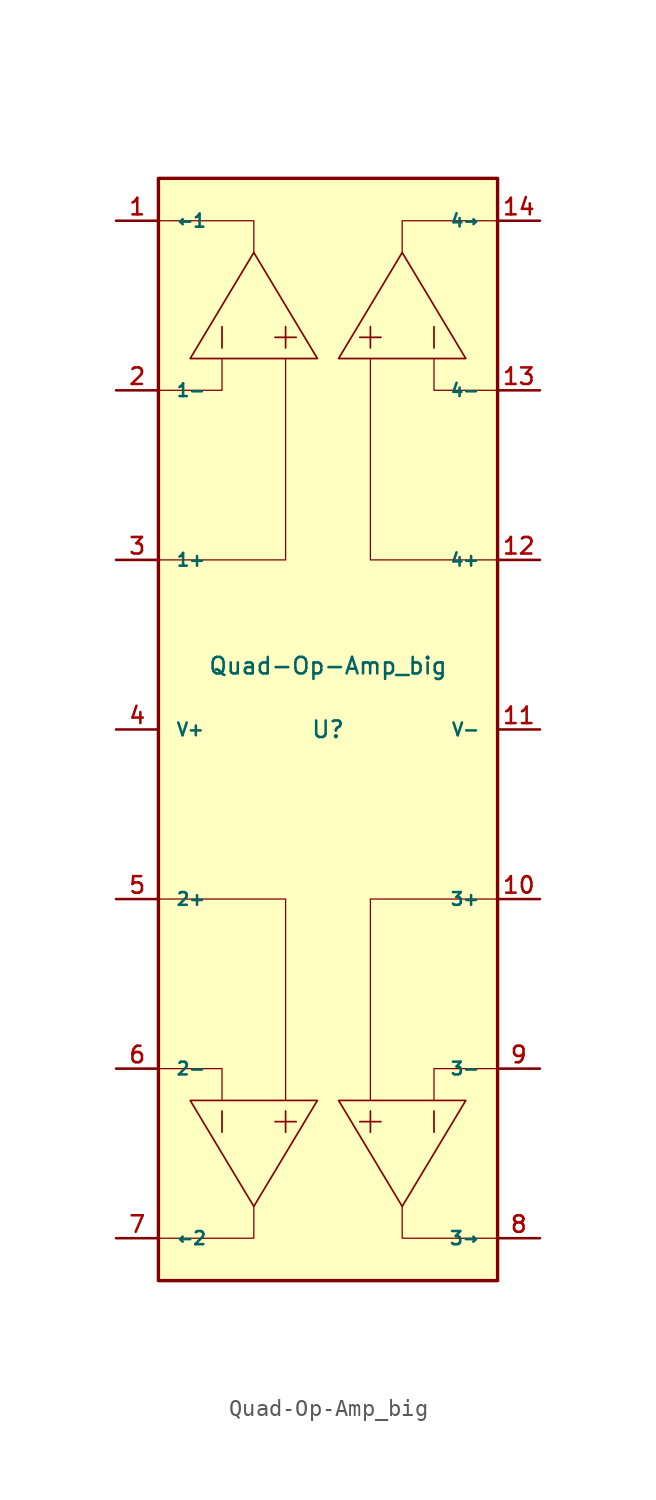
<source format=kicad_sym>
(kicad_symbol_lib
  (version 20220914)
  (generator kicad_symbol_editor)
  (symbol "Quad-Op-Amp_big"
    (pin_names
      (offset 1.016))
    (property "Reference" "U"
      (at 0 0 0)
      (effects (font (size 0.991 0.991))))
    (property "Value" "Quad-Op-Amp_big"
      (at 0 3.81 0)
      (effects (font (size 0.991 0.991))))
    (symbol "Quad-Op-Amp_big_0_1"
      (rectangle (start -10.16 33.02) (end 10.16 -33.02) (stroke (width 0.203) (type solid)) (fill (type background)))
      (polyline (pts (xy -6.35 -24.13) (xy -6.35 -22.86)) (stroke (width 0.102) (type solid)) (fill (type none)))
      (polyline (pts (xy -6.35 24.13) (xy -6.35 22.86)) (stroke (width 0.102) (type solid)) (fill (type none)))
      (polyline (pts (xy -3.175 -23.495) (xy -1.905 -23.495)) (stroke (width 0.102) (type solid)) (fill (type none)))
      (polyline (pts (xy -3.175 23.495) (xy -1.905 23.495)) (stroke (width 0.102) (type solid)) (fill (type none)))
      (polyline (pts (xy -2.54 -24.13) (xy -2.54 -22.86)) (stroke (width 0.102) (type solid)) (fill (type none)))
      (polyline (pts (xy -2.54 24.13) (xy -2.54 22.86)) (stroke (width 0.102) (type solid)) (fill (type none)))
      (polyline (pts (xy 2.54 -24.13) (xy 2.54 -22.86)) (stroke (width 0.102) (type solid)) (fill (type none)))
      (polyline (pts (xy 2.54 24.13) (xy 2.54 22.86)) (stroke (width 0.102) (type solid)) (fill (type none)))
      (polyline (pts (xy 3.175 -23.495) (xy 1.905 -23.495)) (stroke (width 0.102) (type solid)) (fill (type none)))
      (polyline (pts (xy 3.175 23.495) (xy 1.905 23.495)) (stroke (width 0.102) (type solid)) (fill (type none)))
      (polyline (pts (xy 6.35 -24.13) (xy 6.35 -22.86)) (stroke (width 0.102) (type solid)) (fill (type none)))
      (polyline (pts (xy 6.35 24.13) (xy 6.35 22.86)) (stroke (width 0.102) (type solid)) (fill (type none)))
      (polyline (pts (xy -10.16 -30.48) (xy -4.445 -30.48) (xy -4.445 -28.575)) (stroke (width 0.076) (type solid)) (fill (type none)))
      (polyline (pts (xy -10.16 -20.32) (xy -6.35 -20.32) (xy -6.35 -22.225)) (stroke (width 0.076) (type solid)) (fill (type none)))
      (polyline (pts (xy -10.16 20.32) (xy -6.35 20.32) (xy -6.35 22.225)) (stroke (width 0.076) (type solid)) (fill (type none)))
      (polyline (pts (xy -10.16 30.48) (xy -4.445 30.48) (xy -4.445 28.575)) (stroke (width 0.076) (type solid)) (fill (type none)))
      (polyline (pts (xy -2.54 -22.225) (xy -2.54 -10.16) (xy -10.16 -10.16)) (stroke (width 0.076) (type solid)) (fill (type none)))
      (polyline (pts (xy -2.54 22.225) (xy -2.54 10.16) (xy -10.16 10.16)) (stroke (width 0.076) (type solid)) (fill (type none)))
      (polyline (pts (xy 2.54 -22.225) (xy 2.54 -10.16) (xy 10.16 -10.16)) (stroke (width 0.076) (type solid)) (fill (type none)))
      (polyline (pts (xy 2.54 22.225) (xy 2.54 10.16) (xy 10.16 10.16)) (stroke (width 0.076) (type solid)) (fill (type none)))
      (polyline (pts (xy 10.16 -30.48) (xy 4.445 -30.48) (xy 4.445 -28.575)) (stroke (width 0.076) (type solid)) (fill (type none)))
      (polyline (pts (xy 10.16 -20.32) (xy 6.35 -20.32) (xy 6.35 -22.225)) (stroke (width 0.076) (type solid)) (fill (type none)))
      (polyline (pts (xy 10.16 20.32) (xy 6.35 20.32) (xy 6.35 22.225)) (stroke (width 0.076) (type solid)) (fill (type none)))
      (polyline (pts (xy 10.16 30.48) (xy 4.445 30.48) (xy 4.445 28.575)) (stroke (width 0.076) (type solid)) (fill (type none)))
      (polyline (pts (xy -4.445 -22.225) (xy -8.255 -22.225) (xy -4.445 -28.575) (xy -0.635 -22.225) (xy -4.445 -22.225)) (stroke (width 0.102) (type solid)) (fill (type none)))
      (polyline (pts (xy -4.445 22.225) (xy -8.255 22.225) (xy -4.445 28.575) (xy -0.635 22.225) (xy -4.445 22.225)) (stroke (width 0.102) (type solid)) (fill (type none)))
      (polyline (pts (xy 4.445 -22.225) (xy 8.255 -22.225) (xy 4.445 -28.575) (xy 0.635 -22.225) (xy 4.445 -22.225)) (stroke (width 0.102) (type solid)) (fill (type none)))
      (polyline (pts (xy 4.445 22.225) (xy 8.255 22.225) (xy 4.445 28.575) (xy 0.635 22.225) (xy 4.445 22.225)) (stroke (width 0.102) (type solid)) (fill (type none))))
    (symbol "Quad-Op-Amp_big_1_1"
      (pin output line (at -12.7 30.48 0) (length 2.54) (name "←1" (effects (font (size 0.787 0.787)))) (number "1" (effects (font (size 0.991 0.991)))))
      (pin input line (at 12.7 -10.16 180) (length 2.54) (name "3+" (effects (font (size 0.762 0.762)))) (number "10" (effects (font (size 0.991 0.991)))))
      (pin power_in line (at 12.7 0 180) (length 2.54) (name "V-" (effects (font (size 0.762 0.762)))) (number "11" (effects (font (size 0.991 0.991)))))
      (pin input line (at 12.7 10.16 180) (length 2.54) (name "4+" (effects (font (size 0.762 0.762)))) (number "12" (effects (font (size 0.991 0.991)))))
      (pin input line (at 12.7 20.32 180) (length 2.54) (name "4-" (effects (font (size 0.762 0.762)))) (number "13" (effects (font (size 0.991 0.991)))))
      (pin output line (at 12.7 30.48 180) (length 2.54) (name "4→" (effects (font (size 0.762 0.762)))) (number "14" (effects (font (size 0.991 0.991)))))
      (pin input line (at -12.7 20.32 0) (length 2.54) (name "1-" (effects (font (size 0.762 0.762)))) (number "2" (effects (font (size 0.991 0.991)))))
      (pin input line (at -12.7 10.16 0) (length 2.54) (name "1+" (effects (font (size 0.762 0.762)))) (number "3" (effects (font (size 0.991 0.991)))))
      (pin power_in line (at -12.7 0 0) (length 2.54) (name "V+" (effects (font (size 0.762 0.762)))) (number "4" (effects (font (size 0.991 0.991)))))
      (pin input line (at -12.7 -10.16 0) (length 2.54) (name "2+" (effects (font (size 0.762 0.762)))) (number "5" (effects (font (size 0.991 0.991)))))
      (pin input line (at -12.7 -20.32 0) (length 2.54) (name "2-" (effects (font (size 0.762 0.762)))) (number "6" (effects (font (size 0.991 0.991)))))
      (pin output line (at -12.7 -30.48 0) (length 2.54) (name "←2" (effects (font (size 0.787 0.787)))) (number "7" (effects (font (size 0.991 0.991)))))
      (pin output line (at 12.7 -30.48 180) (length 2.54) (name "3→" (effects (font (size 0.787 0.787)))) (number "8" (effects (font (size 0.991 0.991)))))
      (pin input line (at 12.7 -20.32 180) (length 2.54) (name "3-" (effects (font (size 0.762 0.762)))) (number "9" (effects (font (size 0.991 0.991))))))))
</source>
